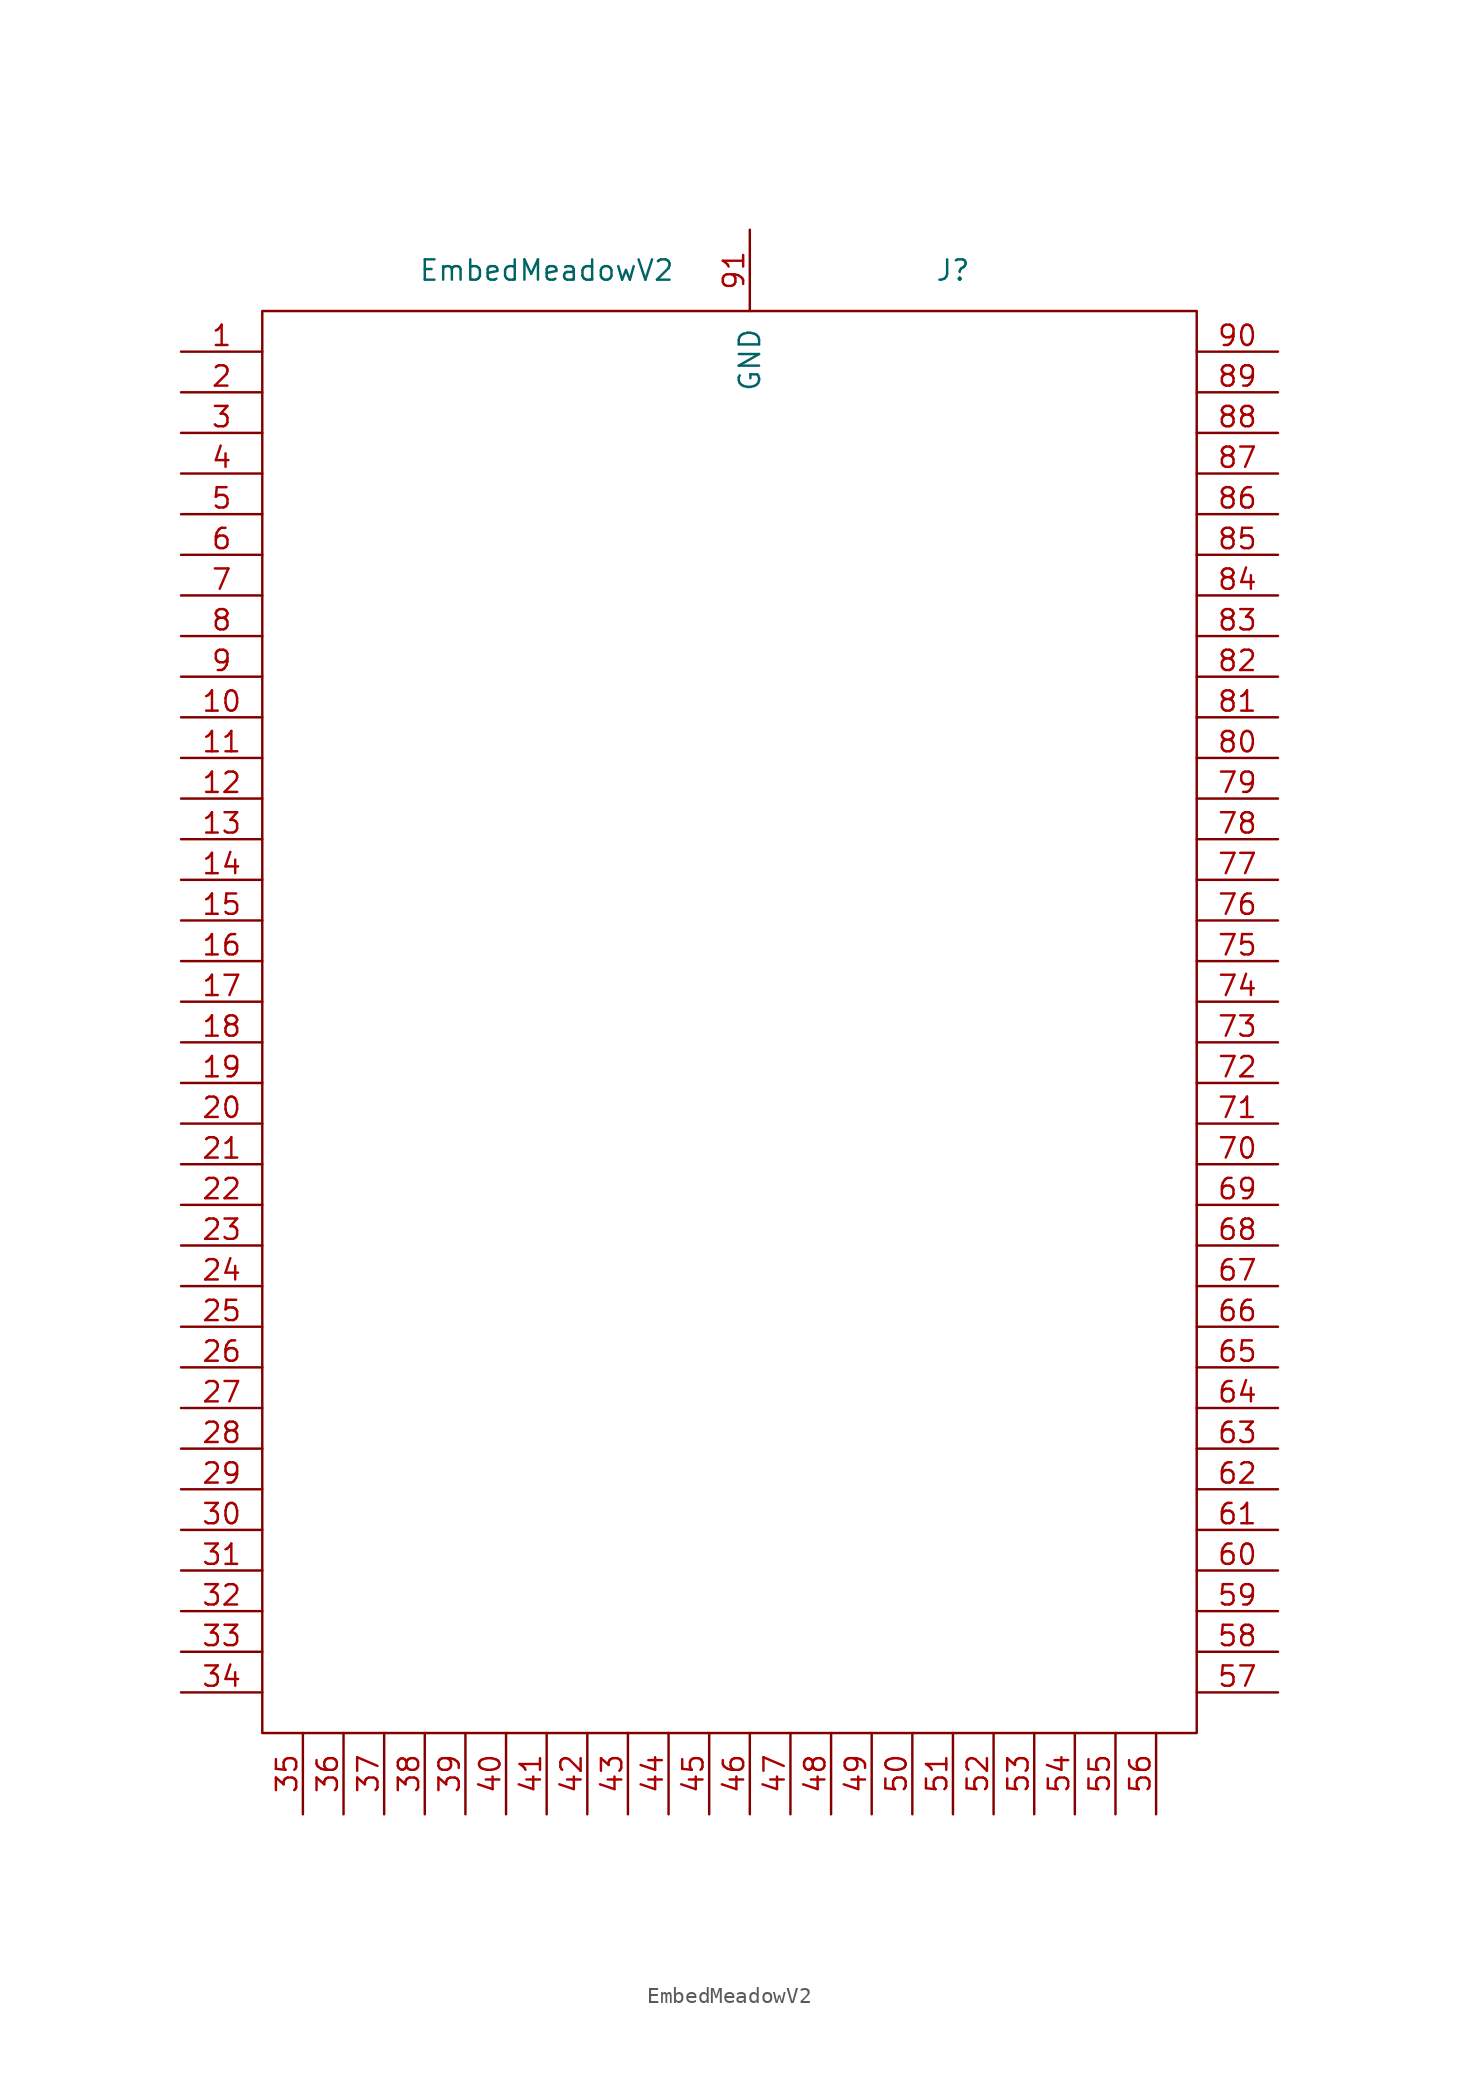
<source format=kicad_sym>
(kicad_symbol_lib
  (version 20211014)
  (generator kicad_symbol_editor)
  (symbol "EmbedMeadowV2"
    (pin_names
      (offset 1.016))
    (property "Reference" "J"
      (at 12.7 45.72 0)
      (effects (font (size 1.27 1.27))))
    (property "Value" "EmbedMeadowV2"
      (at -12.7 45.72 0)
      (effects (font (size 1.27 1.27))))
    (symbol "EmbedMeadowV2_0_1"
      (rectangle (start -30.48 43.18) (end 27.94 -45.72) (stroke (width 0) (type default) (color 0 0 0 0)) (fill (type none))))
    (symbol "EmbedMeadowV2_1_1"
      (pin input line (at -35.56 40.64 0) (length 5.08) (name "~" (effects (font (size 1.27 1.27)))) (number "1" (effects (font (size 1.27 1.27)))))
      (pin input line (at -35.56 17.78 0) (length 5.08) (name "~" (effects (font (size 1.27 1.27)))) (number "10" (effects (font (size 1.27 1.27)))))
      (pin input line (at -35.56 15.24 0) (length 5.08) (name "~" (effects (font (size 1.27 1.27)))) (number "11" (effects (font (size 1.27 1.27)))))
      (pin input line (at -35.56 12.7 0) (length 5.08) (name "~" (effects (font (size 1.27 1.27)))) (number "12" (effects (font (size 1.27 1.27)))))
      (pin input line (at -35.56 10.16 0) (length 5.08) (name "~" (effects (font (size 1.27 1.27)))) (number "13" (effects (font (size 1.27 1.27)))))
      (pin input line (at -35.56 7.62 0) (length 5.08) (name "~" (effects (font (size 1.27 1.27)))) (number "14" (effects (font (size 1.27 1.27)))))
      (pin input line (at -35.56 5.08 0) (length 5.08) (name "~" (effects (font (size 1.27 1.27)))) (number "15" (effects (font (size 1.27 1.27)))))
      (pin input line (at -35.56 2.54 0) (length 5.08) (name "~" (effects (font (size 1.27 1.27)))) (number "16" (effects (font (size 1.27 1.27)))))
      (pin input line (at -35.56 0 0) (length 5.08) (name "~" (effects (font (size 1.27 1.27)))) (number "17" (effects (font (size 1.27 1.27)))))
      (pin input line (at -35.56 -2.54 0) (length 5.08) (name "~" (effects (font (size 1.27 1.27)))) (number "18" (effects (font (size 1.27 1.27)))))
      (pin input line (at -35.56 -5.08 0) (length 5.08) (name "~" (effects (font (size 1.27 1.27)))) (number "19" (effects (font (size 1.27 1.27)))))
      (pin input line (at -35.56 38.1 0) (length 5.08) (name "~" (effects (font (size 1.27 1.27)))) (number "2" (effects (font (size 1.27 1.27)))))
      (pin input line (at -35.56 -7.62 0) (length 5.08) (name "~" (effects (font (size 1.27 1.27)))) (number "20" (effects (font (size 1.27 1.27)))))
      (pin input line (at -35.56 -10.16 0) (length 5.08) (name "~" (effects (font (size 1.27 1.27)))) (number "21" (effects (font (size 1.27 1.27)))))
      (pin input line (at -35.56 -12.7 0) (length 5.08) (name "~" (effects (font (size 1.27 1.27)))) (number "22" (effects (font (size 1.27 1.27)))))
      (pin input line (at -35.56 -15.24 0) (length 5.08) (name "~" (effects (font (size 1.27 1.27)))) (number "23" (effects (font (size 1.27 1.27)))))
      (pin input line (at -35.56 -17.78 0) (length 5.08) (name "~" (effects (font (size 1.27 1.27)))) (number "24" (effects (font (size 1.27 1.27)))))
      (pin input line (at -35.56 -20.32 0) (length 5.08) (name "~" (effects (font (size 1.27 1.27)))) (number "25" (effects (font (size 1.27 1.27)))))
      (pin input line (at -35.56 -22.86 0) (length 5.08) (name "~" (effects (font (size 1.27 1.27)))) (number "26" (effects (font (size 1.27 1.27)))))
      (pin input line (at -35.56 -25.4 0) (length 5.08) (name "~" (effects (font (size 1.27 1.27)))) (number "27" (effects (font (size 1.27 1.27)))))
      (pin input line (at -35.56 -27.94 0) (length 5.08) (name "~" (effects (font (size 1.27 1.27)))) (number "28" (effects (font (size 1.27 1.27)))))
      (pin input line (at -35.56 -30.48 0) (length 5.08) (name "~" (effects (font (size 1.27 1.27)))) (number "29" (effects (font (size 1.27 1.27)))))
      (pin input line (at -35.56 35.56 0) (length 5.08) (name "~" (effects (font (size 1.27 1.27)))) (number "3" (effects (font (size 1.27 1.27)))))
      (pin input line (at -35.56 -33.02 0) (length 5.08) (name "~" (effects (font (size 1.27 1.27)))) (number "30" (effects (font (size 1.27 1.27)))))
      (pin input line (at -35.56 -35.56 0) (length 5.08) (name "~" (effects (font (size 1.27 1.27)))) (number "31" (effects (font (size 1.27 1.27)))))
      (pin input line (at -35.56 -38.1 0) (length 5.08) (name "~" (effects (font (size 1.27 1.27)))) (number "32" (effects (font (size 1.27 1.27)))))
      (pin input line (at -35.56 -40.64 0) (length 5.08) (name "~" (effects (font (size 1.27 1.27)))) (number "33" (effects (font (size 1.27 1.27)))))
      (pin input line (at -35.56 -43.18 0) (length 5.08) (name "~" (effects (font (size 1.27 1.27)))) (number "34" (effects (font (size 1.27 1.27)))))
      (pin input line (at -27.94 -50.8 90) (length 5.08) (name "~" (effects (font (size 1.27 1.27)))) (number "35" (effects (font (size 1.27 1.27)))))
      (pin input line (at -25.4 -50.8 90) (length 5.08) (name "~" (effects (font (size 1.27 1.27)))) (number "36" (effects (font (size 1.27 1.27)))))
      (pin input line (at -22.86 -50.8 90) (length 5.08) (name "~" (effects (font (size 1.27 1.27)))) (number "37" (effects (font (size 1.27 1.27)))))
      (pin input line (at -20.32 -50.8 90) (length 5.08) (name "~" (effects (font (size 1.27 1.27)))) (number "38" (effects (font (size 1.27 1.27)))))
      (pin input line (at -17.78 -50.8 90) (length 5.08) (name "~" (effects (font (size 1.27 1.27)))) (number "39" (effects (font (size 1.27 1.27)))))
      (pin input line (at -35.56 33.02 0) (length 5.08) (name "~" (effects (font (size 1.27 1.27)))) (number "4" (effects (font (size 1.27 1.27)))))
      (pin input line (at -15.24 -50.8 90) (length 5.08) (name "~" (effects (font (size 1.27 1.27)))) (number "40" (effects (font (size 1.27 1.27)))))
      (pin input line (at -12.7 -50.8 90) (length 5.08) (name "~" (effects (font (size 1.27 1.27)))) (number "41" (effects (font (size 1.27 1.27)))))
      (pin input line (at -10.16 -50.8 90) (length 5.08) (name "~" (effects (font (size 1.27 1.27)))) (number "42" (effects (font (size 1.27 1.27)))))
      (pin input line (at -7.62 -50.8 90) (length 5.08) (name "~" (effects (font (size 1.27 1.27)))) (number "43" (effects (font (size 1.27 1.27)))))
      (pin input line (at -5.08 -50.8 90) (length 5.08) (name "~" (effects (font (size 1.27 1.27)))) (number "44" (effects (font (size 1.27 1.27)))))
      (pin input line (at -2.54 -50.8 90) (length 5.08) (name "~" (effects (font (size 1.27 1.27)))) (number "45" (effects (font (size 1.27 1.27)))))
      (pin input line (at 0 -50.8 90) (length 5.08) (name "~" (effects (font (size 1.27 1.27)))) (number "46" (effects (font (size 1.27 1.27)))))
      (pin input line (at 2.54 -50.8 90) (length 5.08) (name "~" (effects (font (size 1.27 1.27)))) (number "47" (effects (font (size 1.27 1.27)))))
      (pin input line (at 5.08 -50.8 90) (length 5.08) (name "~" (effects (font (size 1.27 1.27)))) (number "48" (effects (font (size 1.27 1.27)))))
      (pin input line (at 7.62 -50.8 90) (length 5.08) (name "~" (effects (font (size 1.27 1.27)))) (number "49" (effects (font (size 1.27 1.27)))))
      (pin input line (at -35.56 30.48 0) (length 5.08) (name "~" (effects (font (size 1.27 1.27)))) (number "5" (effects (font (size 1.27 1.27)))))
      (pin input line (at 10.16 -50.8 90) (length 5.08) (name "~" (effects (font (size 1.27 1.27)))) (number "50" (effects (font (size 1.27 1.27)))))
      (pin input line (at 12.7 -50.8 90) (length 5.08) (name "~" (effects (font (size 1.27 1.27)))) (number "51" (effects (font (size 1.27 1.27)))))
      (pin input line (at 15.24 -50.8 90) (length 5.08) (name "~" (effects (font (size 1.27 1.27)))) (number "52" (effects (font (size 1.27 1.27)))))
      (pin input line (at 17.78 -50.8 90) (length 5.08) (name "~" (effects (font (size 1.27 1.27)))) (number "53" (effects (font (size 1.27 1.27)))))
      (pin input line (at 20.32 -50.8 90) (length 5.08) (name "~" (effects (font (size 1.27 1.27)))) (number "54" (effects (font (size 1.27 1.27)))))
      (pin input line (at 22.86 -50.8 90) (length 5.08) (name "~" (effects (font (size 1.27 1.27)))) (number "55" (effects (font (size 1.27 1.27)))))
      (pin input line (at 25.4 -50.8 90) (length 5.08) (name "~" (effects (font (size 1.27 1.27)))) (number "56" (effects (font (size 1.27 1.27)))))
      (pin input line (at 33.02 -43.18 180) (length 5.08) (name "~" (effects (font (size 1.27 1.27)))) (number "57" (effects (font (size 1.27 1.27)))))
      (pin input line (at 33.02 -40.64 180) (length 5.08) (name "~" (effects (font (size 1.27 1.27)))) (number "58" (effects (font (size 1.27 1.27)))))
      (pin input line (at 33.02 -38.1 180) (length 5.08) (name "~" (effects (font (size 1.27 1.27)))) (number "59" (effects (font (size 1.27 1.27)))))
      (pin input line (at -35.56 27.94 0) (length 5.08) (name "~" (effects (font (size 1.27 1.27)))) (number "6" (effects (font (size 1.27 1.27)))))
      (pin input line (at 33.02 -35.56 180) (length 5.08) (name "~" (effects (font (size 1.27 1.27)))) (number "60" (effects (font (size 1.27 1.27)))))
      (pin input line (at 33.02 -33.02 180) (length 5.08) (name "~" (effects (font (size 1.27 1.27)))) (number "61" (effects (font (size 1.27 1.27)))))
      (pin input line (at 33.02 -30.48 180) (length 5.08) (name "~" (effects (font (size 1.27 1.27)))) (number "62" (effects (font (size 1.27 1.27)))))
      (pin input line (at 33.02 -27.94 180) (length 5.08) (name "~" (effects (font (size 1.27 1.27)))) (number "63" (effects (font (size 1.27 1.27)))))
      (pin input line (at 33.02 -25.4 180) (length 5.08) (name "~" (effects (font (size 1.27 1.27)))) (number "64" (effects (font (size 1.27 1.27)))))
      (pin input line (at 33.02 -22.86 180) (length 5.08) (name "~" (effects (font (size 1.27 1.27)))) (number "65" (effects (font (size 1.27 1.27)))))
      (pin input line (at 33.02 -20.32 180) (length 5.08) (name "~" (effects (font (size 1.27 1.27)))) (number "66" (effects (font (size 1.27 1.27)))))
      (pin input line (at 33.02 -17.78 180) (length 5.08) (name "~" (effects (font (size 1.27 1.27)))) (number "67" (effects (font (size 1.27 1.27)))))
      (pin input line (at 33.02 -15.24 180) (length 5.08) (name "~" (effects (font (size 1.27 1.27)))) (number "68" (effects (font (size 1.27 1.27)))))
      (pin input line (at 33.02 -12.7 180) (length 5.08) (name "~" (effects (font (size 1.27 1.27)))) (number "69" (effects (font (size 1.27 1.27)))))
      (pin input line (at -35.56 25.4 0) (length 5.08) (name "~" (effects (font (size 1.27 1.27)))) (number "7" (effects (font (size 1.27 1.27)))))
      (pin input line (at 33.02 -10.16 180) (length 5.08) (name "~" (effects (font (size 1.27 1.27)))) (number "70" (effects (font (size 1.27 1.27)))))
      (pin input line (at 33.02 -7.62 180) (length 5.08) (name "~" (effects (font (size 1.27 1.27)))) (number "71" (effects (font (size 1.27 1.27)))))
      (pin input line (at 33.02 -5.08 180) (length 5.08) (name "~" (effects (font (size 1.27 1.27)))) (number "72" (effects (font (size 1.27 1.27)))))
      (pin input line (at 33.02 -2.54 180) (length 5.08) (name "~" (effects (font (size 1.27 1.27)))) (number "73" (effects (font (size 1.27 1.27)))))
      (pin input line (at 33.02 0 180) (length 5.08) (name "~" (effects (font (size 1.27 1.27)))) (number "74" (effects (font (size 1.27 1.27)))))
      (pin input line (at 33.02 2.54 180) (length 5.08) (name "~" (effects (font (size 1.27 1.27)))) (number "75" (effects (font (size 1.27 1.27)))))
      (pin input line (at 33.02 5.08 180) (length 5.08) (name "~" (effects (font (size 1.27 1.27)))) (number "76" (effects (font (size 1.27 1.27)))))
      (pin input line (at 33.02 7.62 180) (length 5.08) (name "~" (effects (font (size 1.27 1.27)))) (number "77" (effects (font (size 1.27 1.27)))))
      (pin input line (at 33.02 10.16 180) (length 5.08) (name "~" (effects (font (size 1.27 1.27)))) (number "78" (effects (font (size 1.27 1.27)))))
      (pin bidirectional line (at 33.02 12.7 180) (length 5.08) (name "~" (effects (font (size 1.27 1.27)))) (number "79" (effects (font (size 1.27 1.27)))))
      (pin input line (at -35.56 22.86 0) (length 5.08) (name "~" (effects (font (size 1.27 1.27)))) (number "8" (effects (font (size 1.27 1.27)))))
      (pin bidirectional line (at 33.02 15.24 180) (length 5.08) (name "~" (effects (font (size 1.27 1.27)))) (number "80" (effects (font (size 1.27 1.27)))))
      (pin bidirectional line (at 33.02 17.78 180) (length 5.08) (name "~" (effects (font (size 1.27 1.27)))) (number "81" (effects (font (size 1.27 1.27)))))
      (pin bidirectional line (at 33.02 20.32 180) (length 5.08) (name "~" (effects (font (size 1.27 1.27)))) (number "82" (effects (font (size 1.27 1.27)))))
      (pin bidirectional line (at 33.02 22.86 180) (length 5.08) (name "~" (effects (font (size 1.27 1.27)))) (number "83" (effects (font (size 1.27 1.27)))))
      (pin bidirectional line (at 33.02 25.4 180) (length 5.08) (name "~" (effects (font (size 1.27 1.27)))) (number "84" (effects (font (size 1.27 1.27)))))
      (pin bidirectional line (at 33.02 27.94 180) (length 5.08) (name "~" (effects (font (size 1.27 1.27)))) (number "85" (effects (font (size 1.27 1.27)))))
      (pin bidirectional line (at 33.02 30.48 180) (length 5.08) (name "~" (effects (font (size 1.27 1.27)))) (number "86" (effects (font (size 1.27 1.27)))))
      (pin bidirectional line (at 33.02 33.02 180) (length 5.08) (name "~" (effects (font (size 1.27 1.27)))) (number "87" (effects (font (size 1.27 1.27)))))
      (pin bidirectional line (at 33.02 35.56 180) (length 5.08) (name "~" (effects (font (size 1.27 1.27)))) (number "88" (effects (font (size 1.27 1.27)))))
      (pin bidirectional line (at 33.02 38.1 180) (length 5.08) (name "~" (effects (font (size 1.27 1.27)))) (number "89" (effects (font (size 1.27 1.27)))))
      (pin input line (at -35.56 20.32 0) (length 5.08) (name "~" (effects (font (size 1.27 1.27)))) (number "9" (effects (font (size 1.27 1.27)))))
      (pin bidirectional line (at 33.02 40.64 180) (length 5.08) (name "~" (effects (font (size 1.27 1.27)))) (number "90" (effects (font (size 1.27 1.27)))))
      (pin power_in line (at 0 48.26 270) (length 5.08) (name "GND" (effects (font (size 1.27 1.27)))) (number "91" (effects (font (size 1.27 1.27))))))))
</source>
